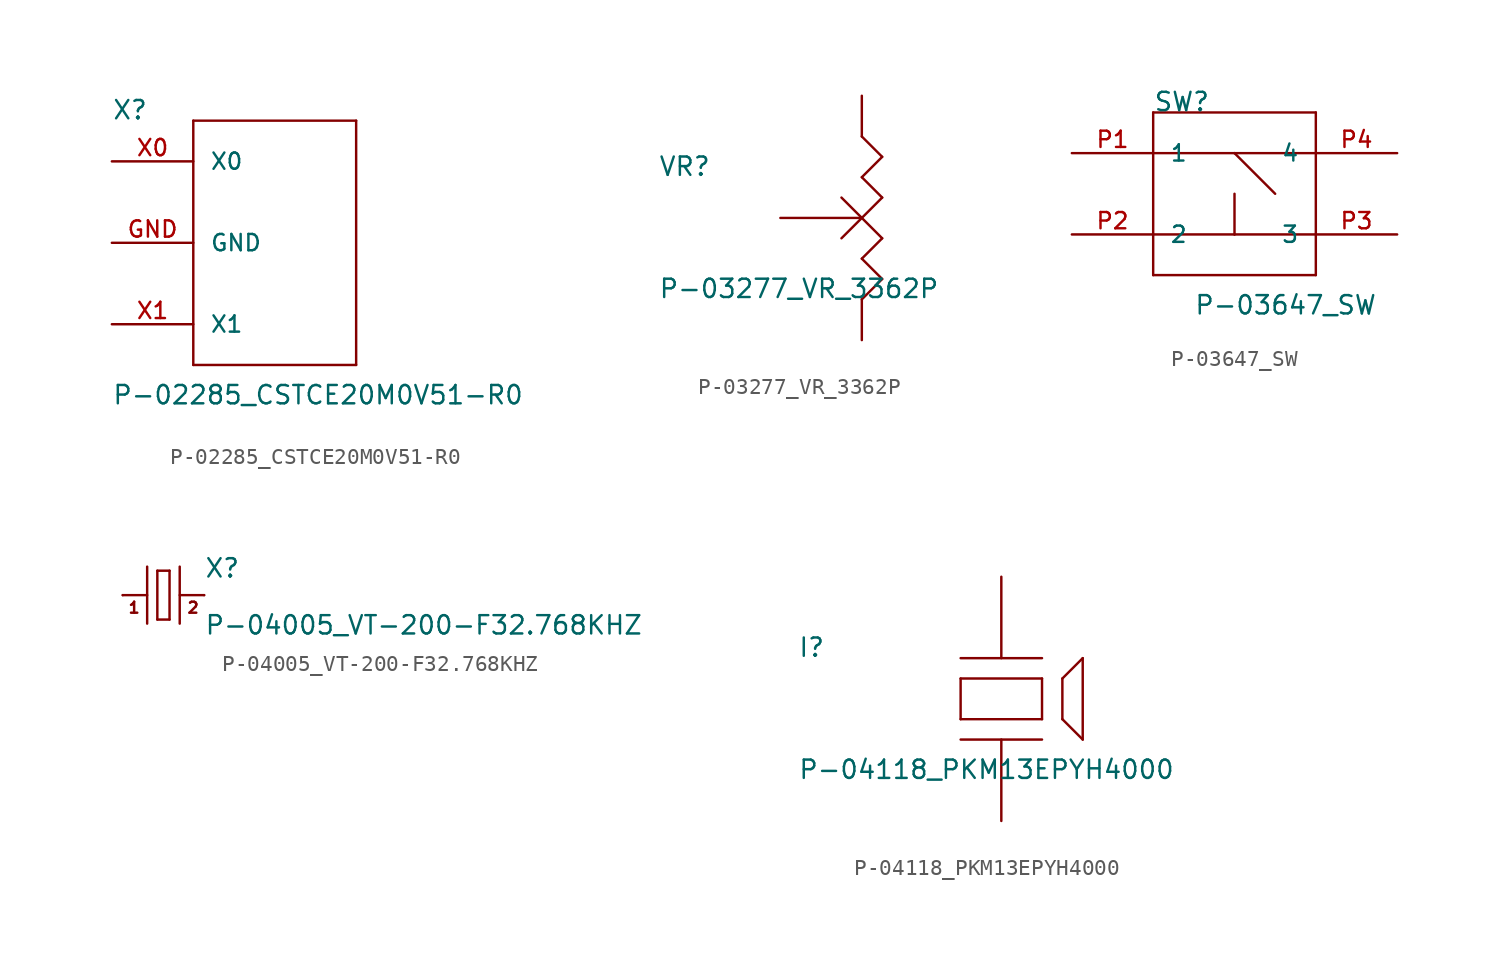
<source format=kicad_sym>
(kicad_symbol_lib
  (version 20211014)
  (generator kicad_symbol_editor)
  (symbol "P-02285_CSTCE20M0V51-R0"
    (pin_names
      (offset 1.016))
    (property "Reference" "X"
      (at -10.16 10.16 0)
      (effects (font (size 1.143 1.143)) (justify left bottom)))
    (property "Value" "P-02285_CSTCE20M0V51-R0"
      (at -10.16 -7.62 0)
      (effects (font (size 1.143 1.143)) (justify left bottom)))
    (property "ki_locked" ""
      (at 0 0 0)
      (effects (font (size 1.27 1.27))))
    (symbol "P-02285_CSTCE20M0V51-R0_1_0"
      (polyline (pts (xy -5.08 -5.08) (xy 5.08 -5.08)) (stroke (width 0) (type default) (color 0 0 0 0)) (fill (type none)))
      (polyline (pts (xy -5.08 10.16) (xy -5.08 -5.08)) (stroke (width 0) (type default) (color 0 0 0 0)) (fill (type none)))
      (polyline (pts (xy 5.08 -5.08) (xy 5.08 10.16)) (stroke (width 0) (type default) (color 0 0 0 0)) (fill (type none)))
      (polyline (pts (xy 5.08 10.16) (xy -5.08 10.16)) (stroke (width 0) (type default) (color 0 0 0 0)) (fill (type none))))
    (symbol "P-02285_CSTCE20M0V51-R0_1_1"
      (pin bidirectional line (at -10.16 2.54 0) (length 5.08) (name "GND" (effects (font (size 1.016 1.016)))) (number "GND" (effects (font (size 1.016 1.016)))))
      (pin bidirectional line (at -10.16 7.62 0) (length 5.08) (name "X0" (effects (font (size 1.016 1.016)))) (number "X0" (effects (font (size 1.016 1.016)))))
      (pin bidirectional line (at -10.16 -2.54 0) (length 5.08) (name "X1" (effects (font (size 1.016 1.016)))) (number "X1" (effects (font (size 1.016 1.016)))))))
  (symbol "P-03277_VR_3362P"
    (pin_numbers hide)
    (pin_names
      (offset 1.016) hide)
    (property "Reference" "VR"
      (at -12.7 0 0)
      (effects (font (size 1.143 1.143)) (justify left bottom)))
    (property "Value" "P-03277_VR_3362P"
      (at -12.7 -7.62 0)
      (effects (font (size 1.143 1.143)) (justify left bottom)))
    (property "ki_locked" ""
      (at 0 0 0)
      (effects (font (size 1.27 1.27))))
    (symbol "P-03277_VR_3362P_1_0"
      (polyline (pts (xy 0 -5.08) (xy 1.27 -6.35)) (stroke (width 0) (type default) (color 0 0 0 0)) (fill (type none)))
      (polyline (pts (xy 0 -2.54) (xy -1.27 -3.81)) (stroke (width 0) (type default) (color 0 0 0 0)) (fill (type none)))
      (polyline (pts (xy 0 -2.54) (xy -1.27 -1.27)) (stroke (width 0) (type default) (color 0 0 0 0)) (fill (type none)))
      (polyline (pts (xy 0 -2.54) (xy 1.27 -3.81)) (stroke (width 0) (type default) (color 0 0 0 0)) (fill (type none)))
      (polyline (pts (xy 0 0) (xy 1.27 -1.27)) (stroke (width 0) (type default) (color 0 0 0 0)) (fill (type none)))
      (polyline (pts (xy 0 2.54) (xy 1.27 1.27)) (stroke (width 0) (type default) (color 0 0 0 0)) (fill (type none)))
      (polyline (pts (xy 1.27 -6.35) (xy 0 -7.62)) (stroke (width 0) (type default) (color 0 0 0 0)) (fill (type none)))
      (polyline (pts (xy 1.27 -3.81) (xy 0 -5.08)) (stroke (width 0) (type default) (color 0 0 0 0)) (fill (type none)))
      (polyline (pts (xy 1.27 -1.27) (xy 0 -2.54)) (stroke (width 0) (type default) (color 0 0 0 0)) (fill (type none)))
      (polyline (pts (xy 1.27 1.27) (xy 0 0)) (stroke (width 0) (type default) (color 0 0 0 0)) (fill (type none))))
    (symbol "P-03277_VR_3362P_1_1"
      (pin bidirectional line (at 0 5.08 270) (length 2.54) (name "1" (effects (font (size 1.016 1.016)))) (number "1" (effects (font (size 1.016 1.016)))))
      (pin bidirectional line (at -5.08 -2.54 0) (length 5.08) (name "2" (effects (font (size 1.016 1.016)))) (number "2" (effects (font (size 1.016 1.016)))))
      (pin bidirectional line (at 0 -10.16 90) (length 2.54) (name "3" (effects (font (size 1.016 1.016)))) (number "3" (effects (font (size 1.016 1.016)))))))
  (symbol "P-03647_SW"
    (pin_names
      (offset 1.016))
    (property "Reference" "SW"
      (at -5.08 5.08 0)
      (effects (font (size 1.143 1.143)) (justify left bottom)))
    (property "Value" "P-03647_SW"
      (at -2.54 -7.62 0)
      (effects (font (size 1.143 1.143)) (justify left bottom)))
    (property "ki_locked" ""
      (at 0 0 0)
      (effects (font (size 1.27 1.27))))
    (symbol "P-03647_SW_1_0"
      (polyline (pts (xy -5.08 -5.08) (xy -5.08 -2.54)) (stroke (width 0) (type default) (color 0 0 0 0)) (fill (type none)))
      (polyline (pts (xy -5.08 -2.54) (xy -5.08 2.54)) (stroke (width 0) (type default) (color 0 0 0 0)) (fill (type none)))
      (polyline (pts (xy -5.08 -2.54) (xy 0 -2.54)) (stroke (width 0) (type default) (color 0 0 0 0)) (fill (type none)))
      (polyline (pts (xy -5.08 2.54) (xy -5.08 5.08)) (stroke (width 0) (type default) (color 0 0 0 0)) (fill (type none)))
      (polyline (pts (xy -5.08 2.54) (xy 0 2.54)) (stroke (width 0) (type default) (color 0 0 0 0)) (fill (type none)))
      (polyline (pts (xy -5.08 5.08) (xy 5.08 5.08)) (stroke (width 0) (type default) (color 0 0 0 0)) (fill (type none)))
      (polyline (pts (xy 0 -2.54) (xy 5.08 -2.54)) (stroke (width 0) (type default) (color 0 0 0 0)) (fill (type none)))
      (polyline (pts (xy 0 0) (xy 0 -2.54)) (stroke (width 0) (type default) (color 0 0 0 0)) (fill (type none)))
      (polyline (pts (xy 0 2.54) (xy 2.54 0)) (stroke (width 0) (type default) (color 0 0 0 0)) (fill (type none)))
      (polyline (pts (xy 0 2.54) (xy 5.08 2.54)) (stroke (width 0) (type default) (color 0 0 0 0)) (fill (type none)))
      (polyline (pts (xy 5.08 -5.08) (xy -5.08 -5.08)) (stroke (width 0) (type default) (color 0 0 0 0)) (fill (type none)))
      (polyline (pts (xy 5.08 -2.54) (xy 5.08 -5.08)) (stroke (width 0) (type default) (color 0 0 0 0)) (fill (type none)))
      (polyline (pts (xy 5.08 2.54) (xy 5.08 -2.54)) (stroke (width 0) (type default) (color 0 0 0 0)) (fill (type none)))
      (polyline (pts (xy 5.08 5.08) (xy 5.08 2.54)) (stroke (width 0) (type default) (color 0 0 0 0)) (fill (type none))))
    (symbol "P-03647_SW_1_1"
      (pin bidirectional line (at -10.16 2.54 0) (length 5.08) (name "1" (effects (font (size 1.016 1.016)))) (number "P1" (effects (font (size 1.016 1.016)))))
      (pin bidirectional line (at -10.16 -2.54 0) (length 5.08) (name "2" (effects (font (size 1.016 1.016)))) (number "P2" (effects (font (size 1.016 1.016)))))
      (pin bidirectional line (at 10.16 -2.54 180) (length 5.08) (name "3" (effects (font (size 1.016 1.016)))) (number "P3" (effects (font (size 1.016 1.016)))))
      (pin bidirectional line (at 10.16 2.54 180) (length 5.08) (name "4" (effects (font (size 1.016 1.016)))) (number "P4" (effects (font (size 1.016 1.016)))))))
  (symbol "P-04005_VT-200-F32.768KHZ"
    (pin_numbers hide)
    (pin_names
      (offset 1.016) hide)
    (property "Reference" "X"
      (at 2.54 1.016 0)
      (effects (font (size 1.143 1.143)) (justify left bottom)))
    (property "Value" "P-04005_VT-200-F32.768KHZ"
      (at 2.54 -2.54 0)
      (effects (font (size 1.143 1.143)) (justify left bottom)))
    (property "ki_locked" ""
      (at 0 0 0)
      (effects (font (size 1.27 1.27))))
    (symbol "P-04005_VT-200-F32.768KHZ_1_0"
      (polyline (pts (xy -2.54 0) (xy -1.016 0)) (stroke (width 0) (type default) (color 0 0 0 0)) (fill (type none)))
      (polyline (pts (xy -1.016 1.778) (xy -1.016 -1.778)) (stroke (width 0) (type default) (color 0 0 0 0)) (fill (type none)))
      (polyline (pts (xy -0.381 -1.524) (xy 0.381 -1.524)) (stroke (width 0) (type default) (color 0 0 0 0)) (fill (type none)))
      (polyline (pts (xy -0.381 1.524) (xy -0.381 -1.524)) (stroke (width 0) (type default) (color 0 0 0 0)) (fill (type none)))
      (polyline (pts (xy 0.381 -1.524) (xy 0.381 1.524)) (stroke (width 0) (type default) (color 0 0 0 0)) (fill (type none)))
      (polyline (pts (xy 0.381 1.524) (xy -0.381 1.524)) (stroke (width 0) (type default) (color 0 0 0 0)) (fill (type none)))
      (polyline (pts (xy 1.016 0) (xy 2.54 0)) (stroke (width 0) (type default) (color 0 0 0 0)) (fill (type none)))
      (polyline (pts (xy 1.016 1.778) (xy 1.016 -1.778)) (stroke (width 0) (type default) (color 0 0 0 0)) (fill (type none)))
      (text "1" (at -1.829 -0.787 0) (effects (font (size 0.686 0.686))))
      (text "2" (at 1.854 -0.787 0) (effects (font (size 0.686 0.686)))))
    (symbol "P-04005_VT-200-F32.768KHZ_1_1"
      (pin passive line (at -2.54 0 0) (length 0) (name "1" (effects (font (size 1.016 1.016)))) (number "1" (effects (font (size 1.016 1.016)))))
      (pin passive line (at 2.54 0 180) (length 0) (name "2" (effects (font (size 1.016 1.016)))) (number "2" (effects (font (size 1.016 1.016)))))))
  (symbol "P-04118_PKM13EPYH4000"
    (pin_numbers hide)
    (pin_names
      (offset 1.016) hide)
    (property "Reference" "I"
      (at -12.7 2.54 0)
      (effects (font (size 1.143 1.143)) (justify left bottom)))
    (property "Value" "P-04118_PKM13EPYH4000"
      (at -12.7 -5.08 0)
      (effects (font (size 1.143 1.143)) (justify left bottom)))
    (property "ki_locked" ""
      (at 0 0 0)
      (effects (font (size 1.27 1.27))))
    (symbol "P-04118_PKM13EPYH4000_1_0"
      (polyline (pts (xy -2.54 -2.54) (xy 2.54 -2.54)) (stroke (width 0) (type default) (color 0 0 0 0)) (fill (type none)))
      (polyline (pts (xy -2.54 -1.27) (xy -2.54 1.27)) (stroke (width 0) (type default) (color 0 0 0 0)) (fill (type none)))
      (polyline (pts (xy -2.54 1.27) (xy 2.54 1.27)) (stroke (width 0) (type default) (color 0 0 0 0)) (fill (type none)))
      (polyline (pts (xy -2.54 2.54) (xy 2.54 2.54)) (stroke (width 0) (type default) (color 0 0 0 0)) (fill (type none)))
      (polyline (pts (xy 2.54 -1.27) (xy -2.54 -1.27)) (stroke (width 0) (type default) (color 0 0 0 0)) (fill (type none)))
      (polyline (pts (xy 2.54 1.27) (xy 2.54 -1.27)) (stroke (width 0) (type default) (color 0 0 0 0)) (fill (type none)))
      (polyline (pts (xy 3.81 -1.27) (xy 3.81 1.27)) (stroke (width 0) (type default) (color 0 0 0 0)) (fill (type none)))
      (polyline (pts (xy 3.81 1.27) (xy 5.08 2.54)) (stroke (width 0) (type default) (color 0 0 0 0)) (fill (type none)))
      (polyline (pts (xy 5.08 -2.54) (xy 3.81 -1.27)) (stroke (width 0) (type default) (color 0 0 0 0)) (fill (type none)))
      (polyline (pts (xy 5.08 2.54) (xy 5.08 -2.54)) (stroke (width 0) (type default) (color 0 0 0 0)) (fill (type none))))
    (symbol "P-04118_PKM13EPYH4000_1_1"
      (pin bidirectional line (at 0 7.62 270) (length 5.08) (name "1" (effects (font (size 1.016 1.016)))) (number "1" (effects (font (size 1.016 1.016)))))
      (pin bidirectional line (at 0 -7.62 90) (length 5.08) (name "2" (effects (font (size 1.016 1.016)))) (number "2" (effects (font (size 1.016 1.016))))))))
</source>
